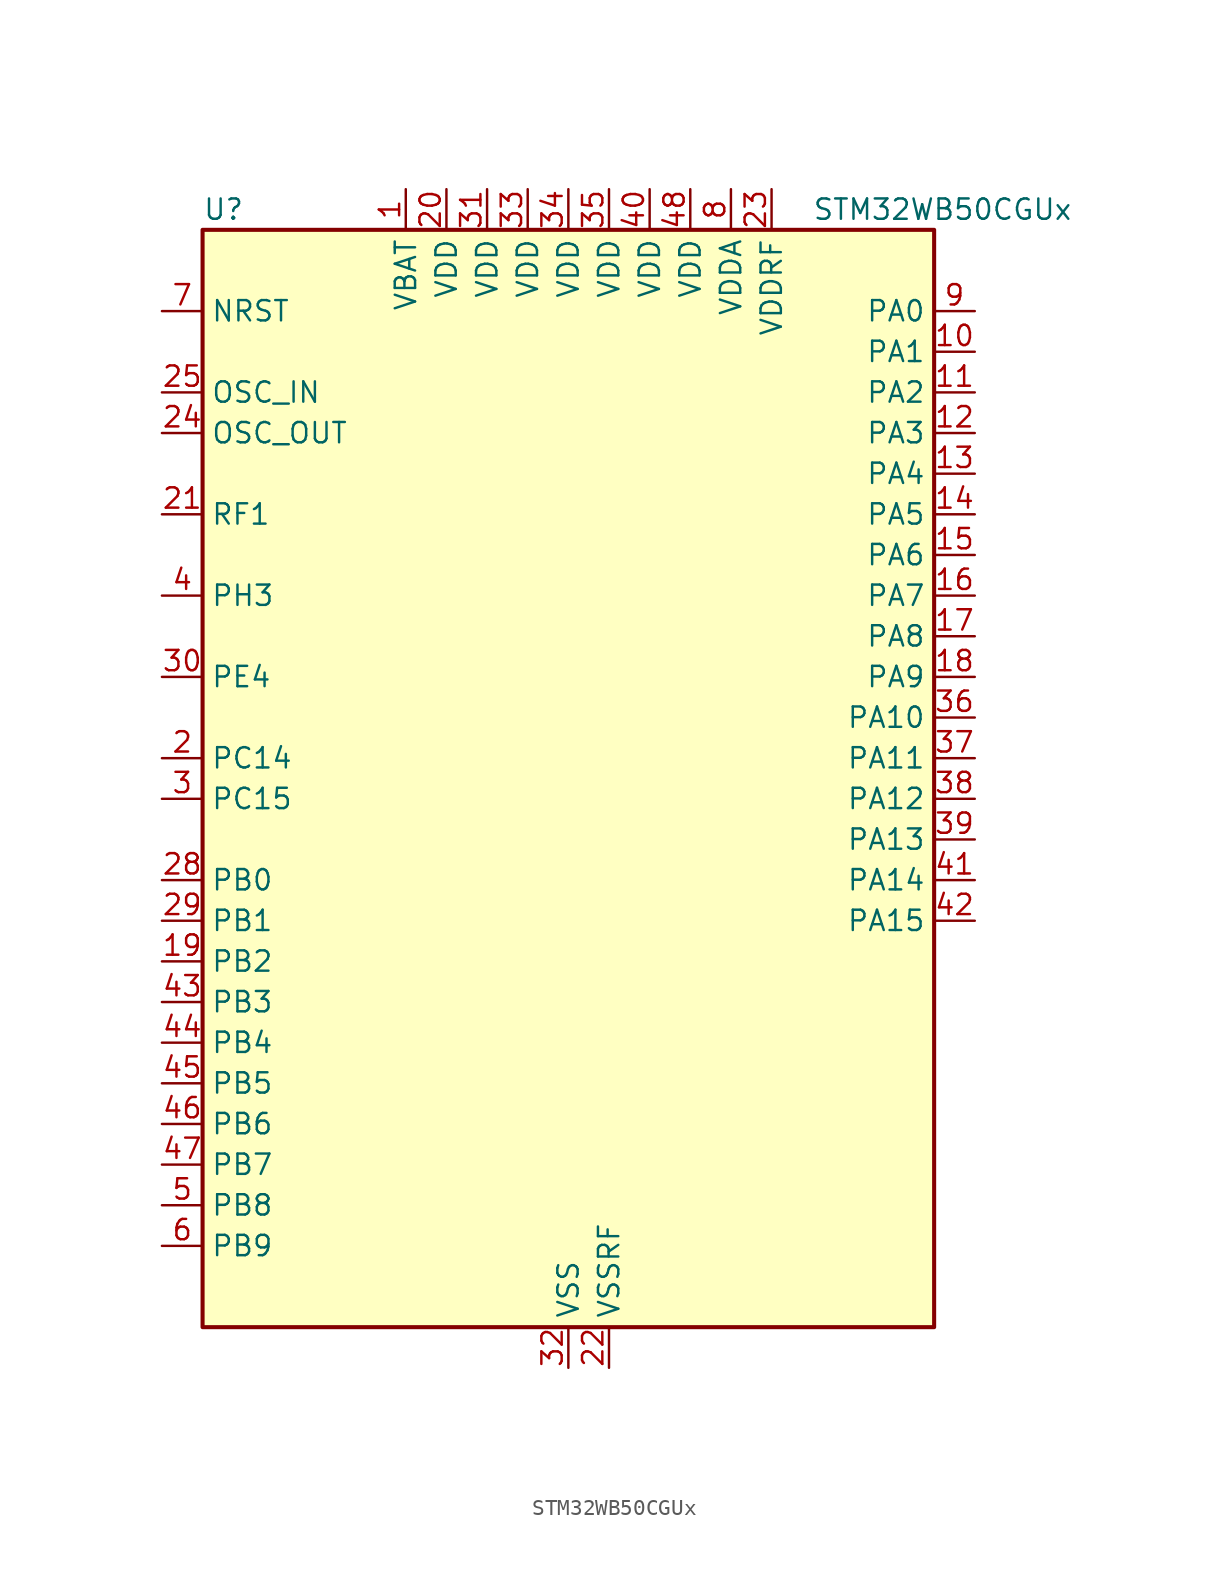
<source format=kicad_sym>
(kicad_symbol_lib
  (version 20241209)
  (generator "kicad_symbol_editor")
  (generator_version "9.0")
  (symbol "STM32WB50CGUx"
    (property "Reference" "U"
      (at -22.86 36.83 0)
      (effects (font (size 1.27 1.27)) (justify left)))
    (property "Value" "STM32WB50CGUx"
      (at 15.24 36.83 0)
      (effects (font (size 1.27 1.27)) (justify left)))
    (symbol "STM32WB50CGUx_0_1"
      (rectangle (start -22.86 -33.02) (end 22.86 35.56) (stroke (width 0.254) (type default)) (fill (type background))))
    (symbol "STM32WB50CGUx_1_1"
      (pin input line (at -25.4 30.48 0) (length 2.54) (name "NRST" (effects (font (size 1.27 1.27)))) (number "7" (effects (font (size 1.27 1.27)))))
      (pin input line (at -25.4 25.4 0) (length 2.54) (name "OSC_IN" (effects (font (size 1.27 1.27)))) (number "25" (effects (font (size 1.27 1.27)))) (alternate "RCC_OSC_IN" bidirectional line))
      (pin input line (at -25.4 22.86 0) (length 2.54) (name "OSC_OUT" (effects (font (size 1.27 1.27)))) (number "24" (effects (font (size 1.27 1.27)))) (alternate "RCC_OSC_OUT" bidirectional line))
      (pin bidirectional line (at -25.4 17.78 0) (length 2.54) (name "RF1" (effects (font (size 1.27 1.27)))) (number "21" (effects (font (size 1.27 1.27)))) (alternate "RF_RF1" bidirectional line))
      (pin bidirectional line (at -25.4 12.7 0) (length 2.54) (name "PH3" (effects (font (size 1.27 1.27)))) (number "4" (effects (font (size 1.27 1.27)))) (alternate "RCC_LSCO" bidirectional line))
      (pin bidirectional line (at -25.4 7.62 0) (length 2.54) (name "PE4" (effects (font (size 1.27 1.27)))) (number "30" (effects (font (size 1.27 1.27)))))
      (pin bidirectional line (at -25.4 2.54 0) (length 2.54) (name "PC14" (effects (font (size 1.27 1.27)))) (number "2" (effects (font (size 1.27 1.27)))) (alternate "RCC_OSC32_IN" bidirectional line))
      (pin bidirectional line (at -25.4 0 0) (length 2.54) (name "PC15" (effects (font (size 1.27 1.27)))) (number "3" (effects (font (size 1.27 1.27)))) (alternate "ADC1_EXTI15" bidirectional line) (alternate "RCC_OSC32_OUT" bidirectional line))
      (pin bidirectional line (at -25.4 -5.08 0) (length 2.54) (name "PB0" (effects (font (size 1.27 1.27)))) (number "28" (effects (font (size 1.27 1.27)))) (alternate "RF_TX_MOD_EXT_PA" bidirectional line))
      (pin bidirectional line (at -25.4 -7.62 0) (length 2.54) (name "PB1" (effects (font (size 1.27 1.27)))) (number "29" (effects (font (size 1.27 1.27)))) (alternate "LPTIM2_IN1" bidirectional line))
      (pin bidirectional line (at -25.4 -10.16 0) (length 2.54) (name "PB2" (effects (font (size 1.27 1.27)))) (number "19" (effects (font (size 1.27 1.27)))) (alternate "LPTIM1_OUT" bidirectional line) (alternate "RTC_OUT2" bidirectional line) (alternate "SPI1_NSS" bidirectional line))
      (pin bidirectional line (at -25.4 -12.7 0) (length 2.54) (name "PB3" (effects (font (size 1.27 1.27)))) (number "43" (effects (font (size 1.27 1.27)))) (alternate "SPI1_SCK" bidirectional line) (alternate "SYS_JTDO-SWO" bidirectional line) (alternate "TIM2_CH2" bidirectional line) (alternate "USART1_DE" bidirectional line) (alternate "USART1_RTS" bidirectional line))
      (pin bidirectional line (at -25.4 -15.24 0) (length 2.54) (name "PB4" (effects (font (size 1.27 1.27)))) (number "44" (effects (font (size 1.27 1.27)))) (alternate "SPI1_MISO" bidirectional line) (alternate "SYS_JTRST" bidirectional line) (alternate "TIM17_BKIN" bidirectional line) (alternate "USART1_CTS" bidirectional line) (alternate "USART1_NSS" bidirectional line))
      (pin bidirectional line (at -25.4 -17.78 0) (length 2.54) (name "PB5" (effects (font (size 1.27 1.27)))) (number "45" (effects (font (size 1.27 1.27)))) (alternate "I2C1_SMBA" bidirectional line) (alternate "LPTIM1_IN1" bidirectional line) (alternate "SPI1_MOSI" bidirectional line) (alternate "TIM16_BKIN" bidirectional line) (alternate "USART1_CK" bidirectional line))
      (pin bidirectional line (at -25.4 -20.32 0) (length 2.54) (name "PB6" (effects (font (size 1.27 1.27)))) (number "46" (effects (font (size 1.27 1.27)))) (alternate "I2C1_SCL" bidirectional line) (alternate "LPTIM1_ETR" bidirectional line) (alternate "RCC_MCO" bidirectional line) (alternate "TIM16_CH1N" bidirectional line) (alternate "USART1_TX" bidirectional line))
      (pin bidirectional line (at -25.4 -22.86 0) (length 2.54) (name "PB7" (effects (font (size 1.27 1.27)))) (number "47" (effects (font (size 1.27 1.27)))) (alternate "I2C1_SDA" bidirectional line) (alternate "LPTIM1_IN2" bidirectional line) (alternate "SYS_PVD_IN" bidirectional line) (alternate "TIM17_CH1N" bidirectional line) (alternate "TIM1_BKIN" bidirectional line) (alternate "USART1_RX" bidirectional line))
      (pin bidirectional line (at -25.4 -25.4 0) (length 2.54) (name "PB8" (effects (font (size 1.27 1.27)))) (number "5" (effects (font (size 1.27 1.27)))) (alternate "I2C1_SCL" bidirectional line) (alternate "TIM16_CH1" bidirectional line) (alternate "TIM1_CH2N" bidirectional line))
      (pin bidirectional line (at -25.4 -27.94 0) (length 2.54) (name "PB9" (effects (font (size 1.27 1.27)))) (number "6" (effects (font (size 1.27 1.27)))) (alternate "I2C1_SDA" bidirectional line) (alternate "IR_OUT" bidirectional line) (alternate "TIM17_CH1" bidirectional line) (alternate "TIM1_CH3N" bidirectional line))
      (pin no_connect line (at -22.86 -30.48 0) (length 2.54) (hide yes) (name "AT1" (effects (font (size 1.27 1.27)))) (number "27" (effects (font (size 1.27 1.27)))))
      (pin no_connect line (at -22.86 -33.02 0) (length 2.54) (hide yes) (name "AT0" (effects (font (size 1.27 1.27)))) (number "26" (effects (font (size 1.27 1.27)))))
      (pin power_in line (at -10.16 38.1 270) (length 2.54) (name "VBAT" (effects (font (size 1.27 1.27)))) (number "1" (effects (font (size 1.27 1.27)))))
      (pin power_in line (at -7.62 38.1 270) (length 2.54) (name "VDD" (effects (font (size 1.27 1.27)))) (number "20" (effects (font (size 1.27 1.27)))))
      (pin power_in line (at -5.08 38.1 270) (length 2.54) (name "VDD" (effects (font (size 1.27 1.27)))) (number "31" (effects (font (size 1.27 1.27)))))
      (pin power_in line (at -2.54 38.1 270) (length 2.54) (name "VDD" (effects (font (size 1.27 1.27)))) (number "33" (effects (font (size 1.27 1.27)))))
      (pin power_in line (at 0 38.1 270) (length 2.54) (name "VDD" (effects (font (size 1.27 1.27)))) (number "34" (effects (font (size 1.27 1.27)))))
      (pin power_in line (at 0 -35.56 90) (length 2.54) (name "VSS" (effects (font (size 1.27 1.27)))) (number "32" (effects (font (size 1.27 1.27)))))
      (pin passive line (at 0 -35.56 90) (length 2.54) (hide yes) (name "VSS" (effects (font (size 1.27 1.27)))) (number "49" (effects (font (size 1.27 1.27)))))
      (pin power_in line (at 2.54 38.1 270) (length 2.54) (name "VDD" (effects (font (size 1.27 1.27)))) (number "35" (effects (font (size 1.27 1.27)))))
      (pin power_in line (at 2.54 -35.56 90) (length 2.54) (name "VSSRF" (effects (font (size 1.27 1.27)))) (number "22" (effects (font (size 1.27 1.27)))))
      (pin power_in line (at 5.08 38.1 270) (length 2.54) (name "VDD" (effects (font (size 1.27 1.27)))) (number "40" (effects (font (size 1.27 1.27)))))
      (pin power_in line (at 7.62 38.1 270) (length 2.54) (name "VDD" (effects (font (size 1.27 1.27)))) (number "48" (effects (font (size 1.27 1.27)))))
      (pin power_in line (at 10.16 38.1 270) (length 2.54) (name "VDDA" (effects (font (size 1.27 1.27)))) (number "8" (effects (font (size 1.27 1.27)))))
      (pin power_in line (at 12.7 38.1 270) (length 2.54) (name "VDDRF" (effects (font (size 1.27 1.27)))) (number "23" (effects (font (size 1.27 1.27)))))
      (pin bidirectional line (at 25.4 30.48 180) (length 2.54) (name "PA0" (effects (font (size 1.27 1.27)))) (number "9" (effects (font (size 1.27 1.27)))) (alternate "ADC1_IN5" bidirectional line) (alternate "RTC_TAMP2" bidirectional line) (alternate "SYS_WKUP1" bidirectional line) (alternate "TIM2_CH1" bidirectional line) (alternate "TIM2_ETR" bidirectional line))
      (pin bidirectional line (at 25.4 27.94 180) (length 2.54) (name "PA1" (effects (font (size 1.27 1.27)))) (number "10" (effects (font (size 1.27 1.27)))) (alternate "ADC1_IN6" bidirectional line) (alternate "I2C1_SMBA" bidirectional line) (alternate "SPI1_SCK" bidirectional line) (alternate "TIM2_CH2" bidirectional line))
      (pin bidirectional line (at 25.4 25.4 180) (length 2.54) (name "PA2" (effects (font (size 1.27 1.27)))) (number "11" (effects (font (size 1.27 1.27)))) (alternate "ADC1_IN7" bidirectional line) (alternate "RCC_LSCO" bidirectional line) (alternate "SYS_WKUP4" bidirectional line) (alternate "TIM2_CH3" bidirectional line))
      (pin bidirectional line (at 25.4 22.86 180) (length 2.54) (name "PA3" (effects (font (size 1.27 1.27)))) (number "12" (effects (font (size 1.27 1.27)))) (alternate "ADC1_IN8" bidirectional line) (alternate "TIM2_CH4" bidirectional line))
      (pin bidirectional line (at 25.4 20.32 180) (length 2.54) (name "PA4" (effects (font (size 1.27 1.27)))) (number "13" (effects (font (size 1.27 1.27)))) (alternate "ADC1_IN9" bidirectional line) (alternate "LPTIM2_OUT" bidirectional line) (alternate "SPI1_NSS" bidirectional line))
      (pin bidirectional line (at 25.4 17.78 180) (length 2.54) (name "PA5" (effects (font (size 1.27 1.27)))) (number "14" (effects (font (size 1.27 1.27)))) (alternate "ADC1_IN10" bidirectional line) (alternate "LPTIM2_ETR" bidirectional line) (alternate "SPI1_SCK" bidirectional line) (alternate "TIM2_CH1" bidirectional line) (alternate "TIM2_ETR" bidirectional line))
      (pin bidirectional line (at 25.4 15.24 180) (length 2.54) (name "PA6" (effects (font (size 1.27 1.27)))) (number "15" (effects (font (size 1.27 1.27)))) (alternate "ADC1_IN11" bidirectional line) (alternate "SPI1_MISO" bidirectional line) (alternate "TIM16_CH1" bidirectional line) (alternate "TIM1_BKIN" bidirectional line))
      (pin bidirectional line (at 25.4 12.7 180) (length 2.54) (name "PA7" (effects (font (size 1.27 1.27)))) (number "16" (effects (font (size 1.27 1.27)))) (alternate "ADC1_IN12" bidirectional line) (alternate "SPI1_MOSI" bidirectional line) (alternate "TIM17_CH1" bidirectional line) (alternate "TIM1_CH1N" bidirectional line))
      (pin bidirectional line (at 25.4 10.16 180) (length 2.54) (name "PA8" (effects (font (size 1.27 1.27)))) (number "17" (effects (font (size 1.27 1.27)))) (alternate "ADC1_IN15" bidirectional line) (alternate "LPTIM2_OUT" bidirectional line) (alternate "RCC_MCO" bidirectional line) (alternate "TIM1_CH1" bidirectional line) (alternate "USART1_CK" bidirectional line))
      (pin bidirectional line (at 25.4 7.62 180) (length 2.54) (name "PA9" (effects (font (size 1.27 1.27)))) (number "18" (effects (font (size 1.27 1.27)))) (alternate "ADC1_IN16" bidirectional line) (alternate "I2C1_SCL" bidirectional line) (alternate "TIM1_CH2" bidirectional line) (alternate "USART1_TX" bidirectional line))
      (pin bidirectional line (at 25.4 5.08 180) (length 2.54) (name "PA10" (effects (font (size 1.27 1.27)))) (number "36" (effects (font (size 1.27 1.27)))) (alternate "I2C1_SDA" bidirectional line) (alternate "TIM17_BKIN" bidirectional line) (alternate "TIM1_CH3" bidirectional line) (alternate "USART1_RX" bidirectional line))
      (pin bidirectional line (at 25.4 2.54 180) (length 2.54) (name "PA11" (effects (font (size 1.27 1.27)))) (number "37" (effects (font (size 1.27 1.27)))) (alternate "ADC1_EXTI11" bidirectional line) (alternate "SPI1_MISO" bidirectional line) (alternate "TIM1_BKIN2" bidirectional line) (alternate "TIM1_CH4" bidirectional line) (alternate "USART1_CTS" bidirectional line) (alternate "USART1_NSS" bidirectional line))
      (pin bidirectional line (at 25.4 0 180) (length 2.54) (name "PA12" (effects (font (size 1.27 1.27)))) (number "38" (effects (font (size 1.27 1.27)))) (alternate "SPI1_MOSI" bidirectional line) (alternate "TIM1_ETR" bidirectional line) (alternate "USART1_DE" bidirectional line) (alternate "USART1_RTS" bidirectional line))
      (pin bidirectional line (at 25.4 -2.54 180) (length 2.54) (name "PA13" (effects (font (size 1.27 1.27)))) (number "39" (effects (font (size 1.27 1.27)))) (alternate "IR_OUT" bidirectional line) (alternate "SYS_JTMS-SWDIO" bidirectional line))
      (pin bidirectional line (at 25.4 -5.08 180) (length 2.54) (name "PA14" (effects (font (size 1.27 1.27)))) (number "41" (effects (font (size 1.27 1.27)))) (alternate "I2C1_SMBA" bidirectional line) (alternate "LPTIM1_OUT" bidirectional line) (alternate "SYS_JTCK-SWCLK" bidirectional line))
      (pin bidirectional line (at 25.4 -7.62 180) (length 2.54) (name "PA15" (effects (font (size 1.27 1.27)))) (number "42" (effects (font (size 1.27 1.27)))) (alternate "ADC1_EXTI15" bidirectional line) (alternate "RCC_MCO" bidirectional line) (alternate "SPI1_NSS" bidirectional line) (alternate "SYS_JTDI" bidirectional line) (alternate "TIM2_CH1" bidirectional line) (alternate "TIM2_ETR" bidirectional line)))))
</source>
